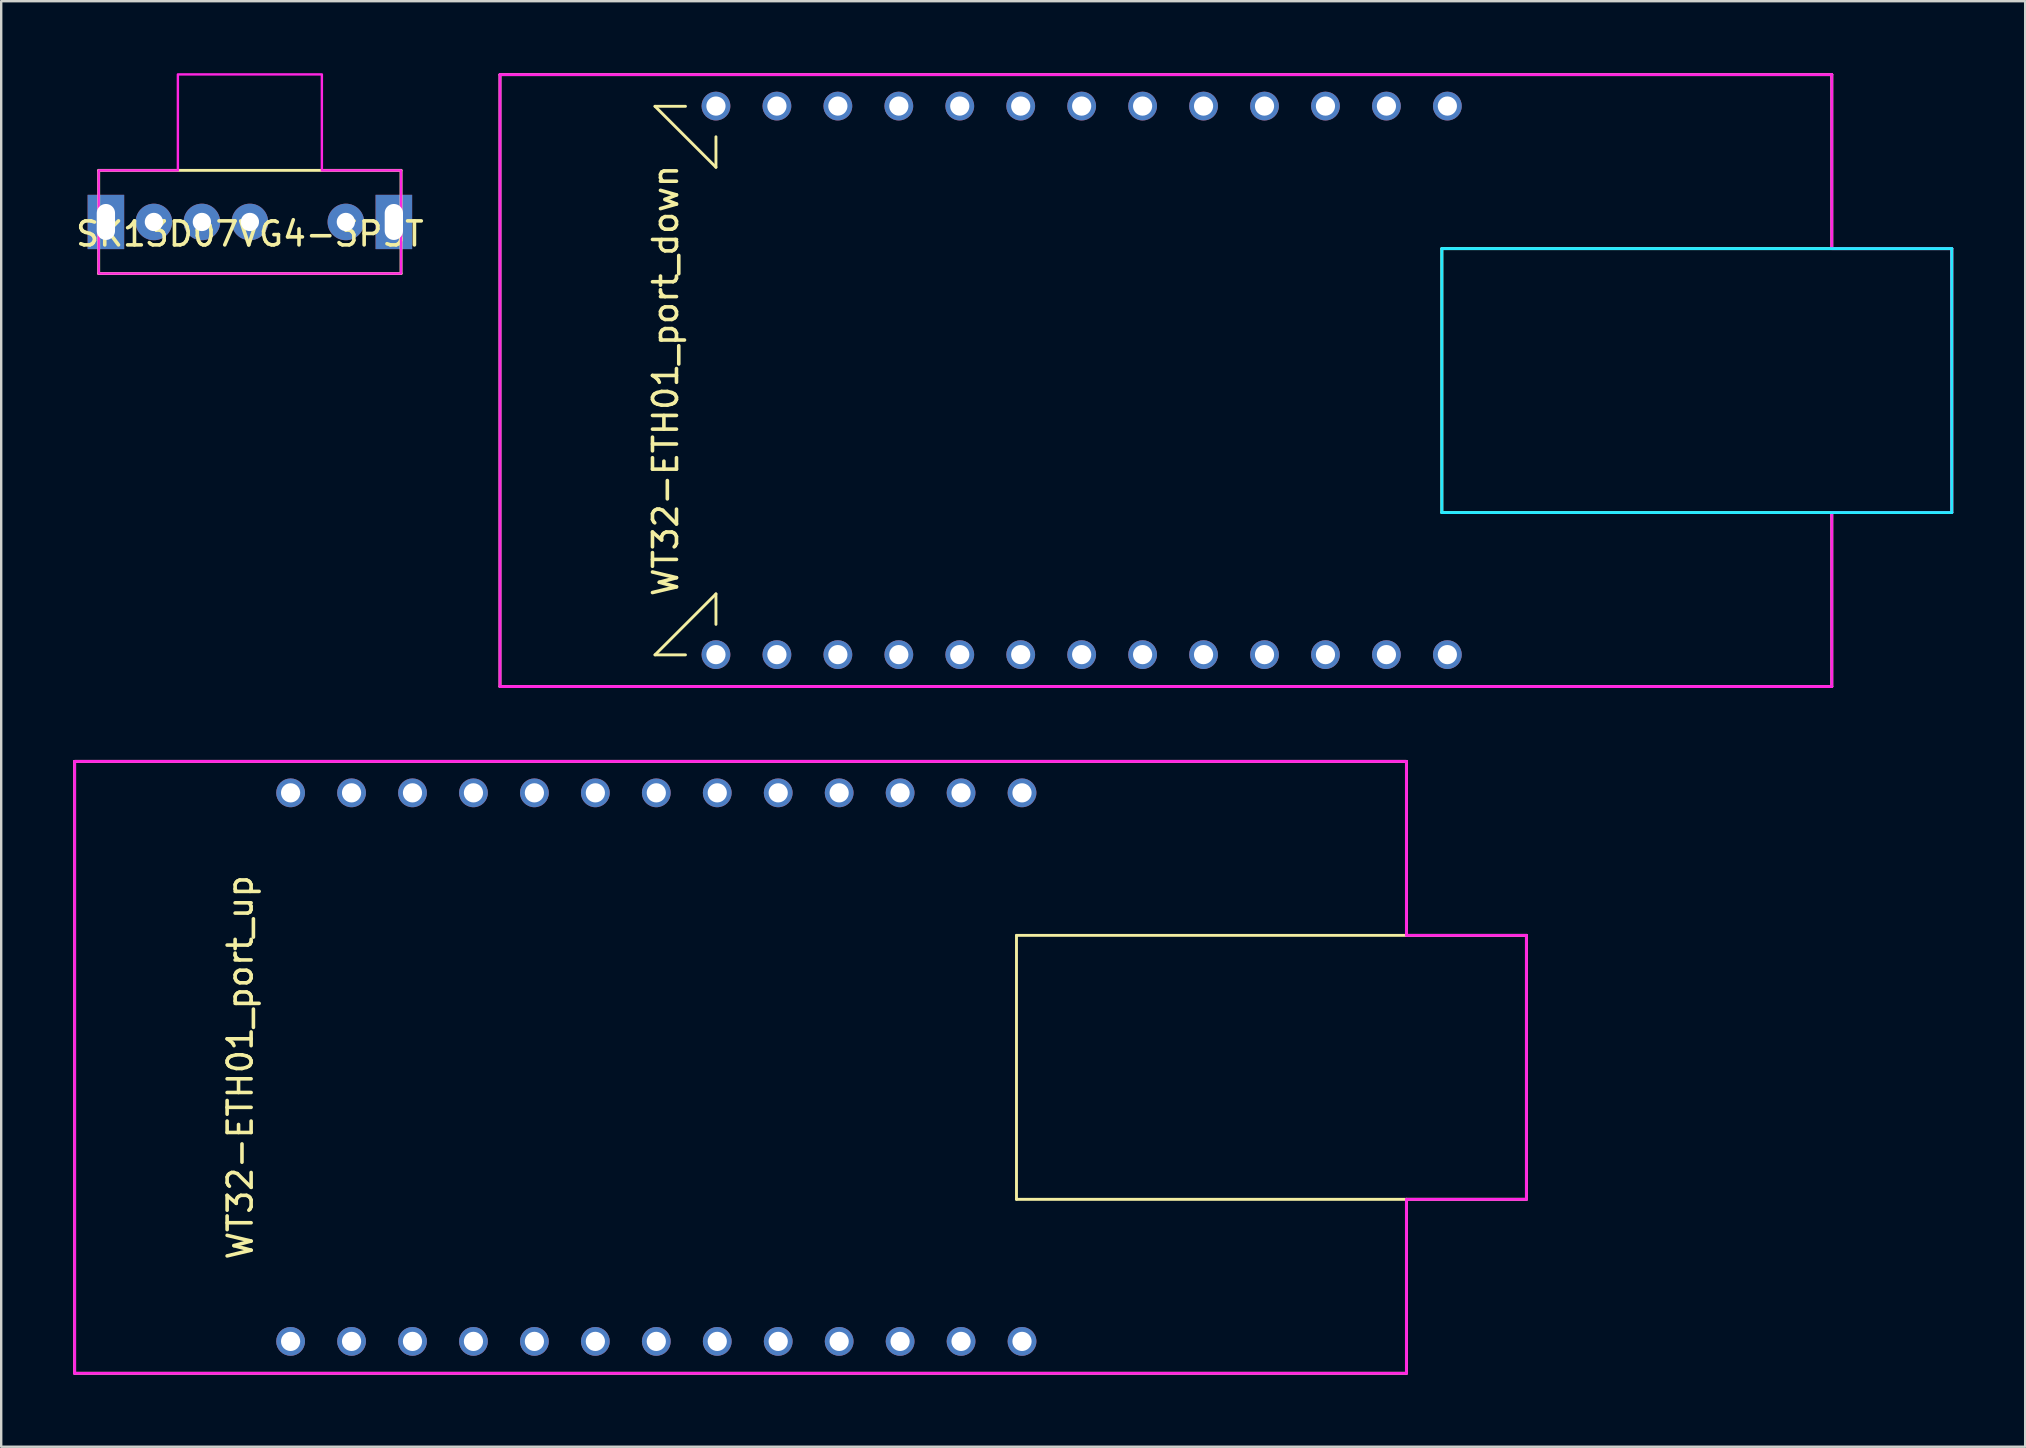
<source format=kicad_pcb>
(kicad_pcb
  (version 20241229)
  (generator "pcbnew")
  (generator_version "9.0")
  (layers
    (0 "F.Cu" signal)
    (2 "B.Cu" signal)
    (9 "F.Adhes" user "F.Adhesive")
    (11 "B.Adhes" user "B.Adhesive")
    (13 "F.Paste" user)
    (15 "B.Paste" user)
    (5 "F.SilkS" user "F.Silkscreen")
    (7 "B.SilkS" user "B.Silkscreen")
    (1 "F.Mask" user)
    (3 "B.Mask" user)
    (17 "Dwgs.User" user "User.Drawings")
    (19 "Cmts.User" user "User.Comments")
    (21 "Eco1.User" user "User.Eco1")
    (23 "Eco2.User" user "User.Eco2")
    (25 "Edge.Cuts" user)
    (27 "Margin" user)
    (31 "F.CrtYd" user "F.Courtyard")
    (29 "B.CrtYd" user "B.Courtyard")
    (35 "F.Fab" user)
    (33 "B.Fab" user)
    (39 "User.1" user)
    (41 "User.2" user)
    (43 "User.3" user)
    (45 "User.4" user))
  (footprint "WT32-ETH01_port_up"
    (layer "F.Cu")
    (at 24.3 41.43)
    (property "Reference" "WT32-ETH01_port_up" (at -17.34 0 90) (layer "F.SilkS") (effects (font (size 1 1) (thickness 0.15))))
    (attr through_hole)
    (fp_line (start -24.24 -12.75) (end 31.26 -12.75) (stroke (width 0.12) (type solid)) (layer "F.SilkS"))
    (fp_line (start -24.24 12.75) (end -24.24 -12.75) (stroke (width 0.12) (type solid)) (layer "F.SilkS"))
    (fp_line (start 15.01 -5.5) (end 15.01 5.5) (stroke (width 0.12) (type solid)) (layer "F.SilkS"))
    (fp_line (start 15.01 5.5) (end 31.26 5.5) (stroke (width 0.12) (type solid)) (layer "F.SilkS"))
    (fp_line (start 31.26 -12.75) (end 31.26 -5.5) (stroke (width 0.12) (type solid)) (layer "F.SilkS"))
    (fp_line (start 31.26 5.5) (end 31.26 12.75) (stroke (width 0.12) (type solid)) (layer "F.SilkS"))
    (fp_line (start 31.26 12.75) (end -24.24 12.75) (stroke (width 0.12) (type solid)) (layer "F.SilkS"))
    (fp_line (start 36.26 -5.5) (end 15.01 -5.5) (stroke (width 0.12) (type solid)) (layer "F.SilkS"))
    (fp_line (start 36.26 -5.5) (end 36.26 5.5) (stroke (width 0.12) (type solid)) (layer "F.SilkS"))
    (fp_line (start 36.26 5.5) (end 31.26 5.5) (stroke (width 0.12) (type solid)) (layer "F.SilkS"))
    (fp_line (start -24.24 -12.75) (end 31.26 -12.75) (stroke (width 0.12) (type solid)) (layer "F.CrtYd"))
    (fp_line (start -24.24 12.75) (end -24.24 -12.75) (stroke (width 0.12) (type solid)) (layer "F.CrtYd"))
    (fp_line (start 31.26 -5.5) (end 31.26 -12.75) (stroke (width 0.12) (type solid)) (layer "F.CrtYd"))
    (fp_line (start 31.26 -5.5) (end 36.26 -5.5) (stroke (width 0.12) (type solid)) (layer "F.CrtYd"))
    (fp_line (start 31.26 12.75) (end -24.24 12.75) (stroke (width 0.12) (type solid)) (layer "F.CrtYd"))
    (fp_line (start 31.26 12.75) (end 31.26 5.5) (stroke (width 0.12) (type solid)) (layer "F.CrtYd"))
    (fp_line (start 36.26 -5.5) (end 36.26 5.5) (stroke (width 0.12) (type solid)) (layer "F.CrtYd"))
    (fp_line (start 36.26 5.5) (end 31.26 5.5) (stroke (width 0.12) (type solid)) (layer "F.CrtYd"))
    (pad "1" thru_hole circle (at -15.24 11.42) (size 1.2 1.2) (drill 0.8) (layers "*.Cu" "*.Mask"))
    (pad "2" thru_hole circle (at -12.7 11.42) (size 1.2 1.2) (drill 0.8) (layers "*.Cu" "*.Mask"))
    (pad "3" thru_hole circle (at -10.16 11.42) (size 1.2 1.2) (drill 0.8) (layers "*.Cu" "*.Mask"))
    (pad "4" thru_hole circle (at -7.62 11.42) (size 1.2 1.2) (drill 0.8) (layers "*.Cu" "*.Mask"))
    (pad "5" thru_hole circle (at -5.08 11.42) (size 1.2 1.2) (drill 0.8) (layers "*.Cu" "*.Mask"))
    (pad "6" thru_hole circle (at -2.54 11.42) (size 1.2 1.2) (drill 0.8) (layers "*.Cu" "*.Mask"))
    (pad "7" thru_hole circle (at 0 11.42) (size 1.2 1.2) (drill 0.8) (layers "*.Cu" "*.Mask"))
    (pad "8" thru_hole circle (at 2.54 11.42) (size 1.2 1.2) (drill 0.8) (layers "*.Cu" "*.Mask"))
    (pad "9" thru_hole circle (at 5.08 11.42) (size 1.2 1.2) (drill 0.8) (layers "*.Cu" "*.Mask"))
    (pad "10" thru_hole circle (at 7.62 11.42) (size 1.2 1.2) (drill 0.8) (layers "*.Cu" "*.Mask"))
    (pad "11" thru_hole circle (at 10.16 11.42) (size 1.2 1.2) (drill 0.8) (layers "*.Cu" "*.Mask"))
    (pad "12" thru_hole circle (at 12.7 11.42) (size 1.2 1.2) (drill 0.8) (layers "*.Cu" "*.Mask"))
    (pad "13" thru_hole circle (at 15.24 11.42) (size 1.2 1.2) (drill 0.8) (layers "*.Cu" "*.Mask"))
    (pad "14" thru_hole circle (at -15.24 -11.44 180) (size 1.2 1.2) (drill 0.8) (layers "*.Cu" "*.Mask"))
    (pad "15" thru_hole circle (at -12.7 -11.44 180) (size 1.2 1.2) (drill 0.8) (layers "*.Cu" "*.Mask"))
    (pad "16" thru_hole circle (at -10.16 -11.44 180) (size 1.2 1.2) (drill 0.8) (layers "*.Cu" "*.Mask"))
    (pad "17" thru_hole circle (at -7.62 -11.44 180) (size 1.2 1.2) (drill 0.8) (layers "*.Cu" "*.Mask"))
    (pad "18" thru_hole circle (at -5.08 -11.44 180) (size 1.2 1.2) (drill 0.8) (layers "*.Cu" "*.Mask"))
    (pad "19" thru_hole circle (at -2.54 -11.44 180) (size 1.2 1.2) (drill 0.8) (layers "*.Cu" "*.Mask"))
    (pad "20" thru_hole circle (at 0 -11.44 180) (size 1.2 1.2) (drill 0.8) (layers "*.Cu" "*.Mask"))
    (pad "21" thru_hole circle (at 2.54 -11.44 180) (size 1.2 1.2) (drill 0.8) (layers "*.Cu" "*.Mask"))
    (pad "22" thru_hole circle (at 5.08 -11.44 180) (size 1.2 1.2) (drill 0.8) (layers "*.Cu" "*.Mask"))
    (pad "23" thru_hole circle (at 7.62 -11.44 180) (size 1.2 1.2) (drill 0.8) (layers "*.Cu" "*.Mask"))
    (pad "24" thru_hole circle (at 10.16 -11.44 180) (size 1.2 1.2) (drill 0.8) (layers "*.Cu" "*.Mask"))
    (pad "25" thru_hole circle (at 12.7 -11.44 180) (size 1.2 1.2) (drill 0.8) (layers "*.Cu" "*.Mask"))
    (pad "26" thru_hole circle (at 15.24 -11.44 180) (size 1.2 1.2) (drill 0.8) (layers "*.Cu" "*.Mask")))
  (footprint "WT32-ETH01_port_down"
    (layer "F.Cu")
    (at 42.026 12.81)
    (property "Reference" "WT32-ETH01_port_down" (at -17.34 0 90) (layer "F.SilkS") (effects (font (size 1 1) (thickness 0.15))))
    (attr through_hole)
    (fp_line (start -24.24 -12.75) (end 31.26 -12.75) (stroke (width 0.12) (type solid)) (layer "F.SilkS"))
    (fp_line (start -24.24 12.75) (end -24.24 -12.75) (stroke (width 0.12) (type solid)) (layer "F.SilkS"))
    (fp_line (start -17.78 -11.43) (end -15.24 -8.89) (stroke (width 0.12) (type solid)) (layer "F.SilkS"))
    (fp_line (start -17.78 11.43) (end -16.51 11.43) (stroke (width 0.12) (type solid)) (layer "F.SilkS"))
    (fp_line (start -16.51 -11.43) (end -17.78 -11.43) (stroke (width 0.12) (type solid)) (layer "F.SilkS"))
    (fp_line (start -15.24 -8.89) (end -15.24 -10.16) (stroke (width 0.12) (type solid)) (layer "F.SilkS"))
    (fp_line (start -15.24 8.89) (end -17.78 11.43) (stroke (width 0.12) (type solid)) (layer "F.SilkS"))
    (fp_line (start -15.24 10.16) (end -15.24 8.89) (stroke (width 0.12) (type solid)) (layer "F.SilkS"))
    (fp_line (start 15.01 -5.5) (end 15.01 5.5) (stroke (width 0.12) (type solid)) (layer "F.SilkS"))
    (fp_line (start 15.01 5.5) (end 31.26 5.5) (stroke (width 0.12) (type solid)) (layer "F.SilkS"))
    (fp_line (start 31.26 -12.75) (end 31.26 -5.5) (stroke (width 0.12) (type solid)) (layer "F.SilkS"))
    (fp_line (start 31.26 5.5) (end 31.26 12.75) (stroke (width 0.12) (type solid)) (layer "F.SilkS"))
    (fp_line (start 31.26 12.75) (end -24.24 12.75) (stroke (width 0.12) (type solid)) (layer "F.SilkS"))
    (fp_line (start 36.26 -5.5) (end 15.01 -5.5) (stroke (width 0.12) (type solid)) (layer "F.SilkS"))
    (fp_line (start 36.26 -5.5) (end 36.26 5.5) (stroke (width 0.12) (type solid)) (layer "F.SilkS"))
    (fp_line (start 36.26 5.5) (end 31.26 5.5) (stroke (width 0.12) (type solid)) (layer "F.SilkS"))
    (fp_line (start 15.01 -5.5) (end 36.26 -5.5) (stroke (width 0.12) (type solid)) (layer "B.CrtYd"))
    (fp_line (start 15.01 5.5) (end 15.01 -5.5) (stroke (width 0.12) (type solid)) (layer "B.CrtYd"))
    (fp_line (start 36.26 -5.5) (end 36.26 5.5) (stroke (width 0.12) (type solid)) (layer "B.CrtYd"))
    (fp_line (start 36.26 5.5) (end 15.01 5.5) (stroke (width 0.12) (type solid)) (layer "B.CrtYd"))
    (fp_line (start -24.24 -12.75) (end 31.26 -12.75) (stroke (width 0.12) (type solid)) (layer "F.CrtYd"))
    (fp_line (start -24.24 12.75) (end -24.24 -12.75) (stroke (width 0.12) (type solid)) (layer "F.CrtYd"))
    (fp_line (start 31.26 -5.5) (end 31.26 -12.75) (stroke (width 0.12) (type solid)) (layer "F.CrtYd"))
    (fp_line (start 31.26 -5.5) (end 36.26 -5.5) (stroke (width 0.12) (type solid)) (layer "F.CrtYd"))
    (fp_line (start 31.26 12.75) (end -24.24 12.75) (stroke (width 0.12) (type solid)) (layer "F.CrtYd"))
    (fp_line (start 31.26 12.75) (end 31.26 5.5) (stroke (width 0.12) (type solid)) (layer "F.CrtYd"))
    (fp_line (start 36.26 -5.5) (end 36.26 5.5) (stroke (width 0.12) (type solid)) (layer "F.CrtYd"))
    (fp_line (start 36.26 5.5) (end 31.26 5.5) (stroke (width 0.12) (type solid)) (layer "F.CrtYd"))
    (pad "1" thru_hole circle (at -15.24 -11.44) (size 1.2 1.2) (drill 0.8) (layers "*.Cu" "*.Mask"))
    (pad "2" thru_hole circle (at -12.7 -11.44) (size 1.2 1.2) (drill 0.8) (layers "*.Cu" "*.Mask"))
    (pad "3" thru_hole circle (at -10.16 -11.44) (size 1.2 1.2) (drill 0.8) (layers "*.Cu" "*.Mask"))
    (pad "4" thru_hole circle (at -7.62 -11.44) (size 1.2 1.2) (drill 0.8) (layers "*.Cu" "*.Mask"))
    (pad "5" thru_hole circle (at -5.08 -11.44) (size 1.2 1.2) (drill 0.8) (layers "*.Cu" "*.Mask"))
    (pad "6" thru_hole circle (at -2.54 -11.44) (size 1.2 1.2) (drill 0.8) (layers "*.Cu" "*.Mask"))
    (pad "7" thru_hole circle (at 0 -11.44) (size 1.2 1.2) (drill 0.8) (layers "*.Cu" "*.Mask"))
    (pad "8" thru_hole circle (at 2.54 -11.44) (size 1.2 1.2) (drill 0.8) (layers "*.Cu" "*.Mask"))
    (pad "9" thru_hole circle (at 5.08 -11.44) (size 1.2 1.2) (drill 0.8) (layers "*.Cu" "*.Mask"))
    (pad "10" thru_hole circle (at 7.62 -11.44) (size 1.2 1.2) (drill 0.8) (layers "*.Cu" "*.Mask"))
    (pad "11" thru_hole circle (at 10.16 -11.44) (size 1.2 1.2) (drill 0.8) (layers "*.Cu" "*.Mask"))
    (pad "12" thru_hole circle (at 12.7 -11.44) (size 1.2 1.2) (drill 0.8) (layers "*.Cu" "*.Mask"))
    (pad "13" thru_hole circle (at 15.24 -11.44) (size 1.2 1.2) (drill 0.8) (layers "*.Cu" "*.Mask"))
    (pad "14" thru_hole circle (at -15.24 11.42 180) (size 1.2 1.2) (drill 0.8) (layers "*.Cu" "*.Mask"))
    (pad "15" thru_hole circle (at -12.7 11.42 180) (size 1.2 1.2) (drill 0.8) (layers "*.Cu" "*.Mask"))
    (pad "16" thru_hole circle (at -10.16 11.42 180) (size 1.2 1.2) (drill 0.8) (layers "*.Cu" "*.Mask"))
    (pad "17" thru_hole circle (at -7.62 11.42 180) (size 1.2 1.2) (drill 0.8) (layers "*.Cu" "*.Mask"))
    (pad "18" thru_hole circle (at -5.08 11.42 180) (size 1.2 1.2) (drill 0.8) (layers "*.Cu" "*.Mask"))
    (pad "19" thru_hole circle (at -2.54 11.42 180) (size 1.2 1.2) (drill 0.8) (layers "*.Cu" "*.Mask"))
    (pad "20" thru_hole circle (at 0 11.42 180) (size 1.2 1.2) (drill 0.8) (layers "*.Cu" "*.Mask"))
    (pad "21" thru_hole circle (at 2.54 11.42 180) (size 1.2 1.2) (drill 0.8) (layers "*.Cu" "*.Mask"))
    (pad "22" thru_hole circle (at 5.08 11.42 180) (size 1.2 1.2) (drill 0.8) (layers "*.Cu" "*.Mask"))
    (pad "23" thru_hole circle (at 7.62 11.42 180) (size 1.2 1.2) (drill 0.8) (layers "*.Cu" "*.Mask"))
    (pad "24" thru_hole circle (at 10.16 11.42 180) (size 1.2 1.2) (drill 0.8) (layers "*.Cu" "*.Mask"))
    (pad "25" thru_hole circle (at 12.7 11.42 180) (size 1.2 1.2) (drill 0.8) (layers "*.Cu" "*.Mask"))
    (pad "26" thru_hole circle (at 15.24 11.42 180) (size 1.2 1.2) (drill 0.8) (layers "*.Cu" "*.Mask")))
  (footprint "SK13D07VG4-3PST"
    (layer "F.Cu")
    (at 7.363 6.2)
    (property "Reference" "SK13D07VG4-3PST" (at 0 0.5 0) (layer "F.SilkS") (effects (font (size 1 1) (thickness 0.15))))
    (attr through_hole)
    (fp_line (start -6.3 -2.15) (end 6.3 -2.15) (stroke (width 0.12) (type solid)) (layer "F.SilkS"))
    (fp_line (start -6.3 2.15) (end -6.3 -2.15) (stroke (width 0.12) (type solid)) (layer "F.SilkS"))
    (fp_line (start 6.3 -2.15) (end 6.3 2.15) (stroke (width 0.12) (type solid)) (layer "F.SilkS"))
    (fp_line (start 6.3 2.15) (end -6.3 2.15) (stroke (width 0.12) (type solid)) (layer "F.SilkS"))
    (fp_poly (pts (xy 3 -2.15) (xy 6.3 -2.15) (xy 6.3 2.15) (xy -6.3 2.15) (xy -6.3 -2.15) (xy -3 -2.15) (xy -3 -6.15) (xy 3 -6.15)) (stroke (width 0.1) (type solid)) (fill no) (layer "F.CrtYd"))
    (pad "" thru_hole rect (at -6 0) (size 1.524 2.262) (drill oval 0.762 1.5) (layers "*.Cu" "*.Mask"))
    (pad "" thru_hole rect (at 6 0) (size 1.524 2.262) (drill oval 0.762 1.5) (layers "*.Cu" "*.Mask"))
    (pad "1" thru_hole circle (at -4 0) (size 1.524 1.524) (drill 0.762) (layers "*.Cu" "*.Mask"))
    (pad "2" thru_hole circle (at -2 0) (size 1.524 1.524) (drill 0.762) (layers "*.Cu" "*.Mask"))
    (pad "3" thru_hole circle (at 0 0) (size 1.524 1.524) (drill 0.762) (layers "*.Cu" "*.Mask"))
    (pad "4" thru_hole circle (at 4 0) (size 1.524 1.524) (drill 0.762) (layers "*.Cu" "*.Mask")))
  (gr_rect
    (start -3 -3)
    (end 81.346 57.24)
    (stroke (width 0.1) (type default))
    (fill no)
    (layer "Edge.Cuts")))
</source>
